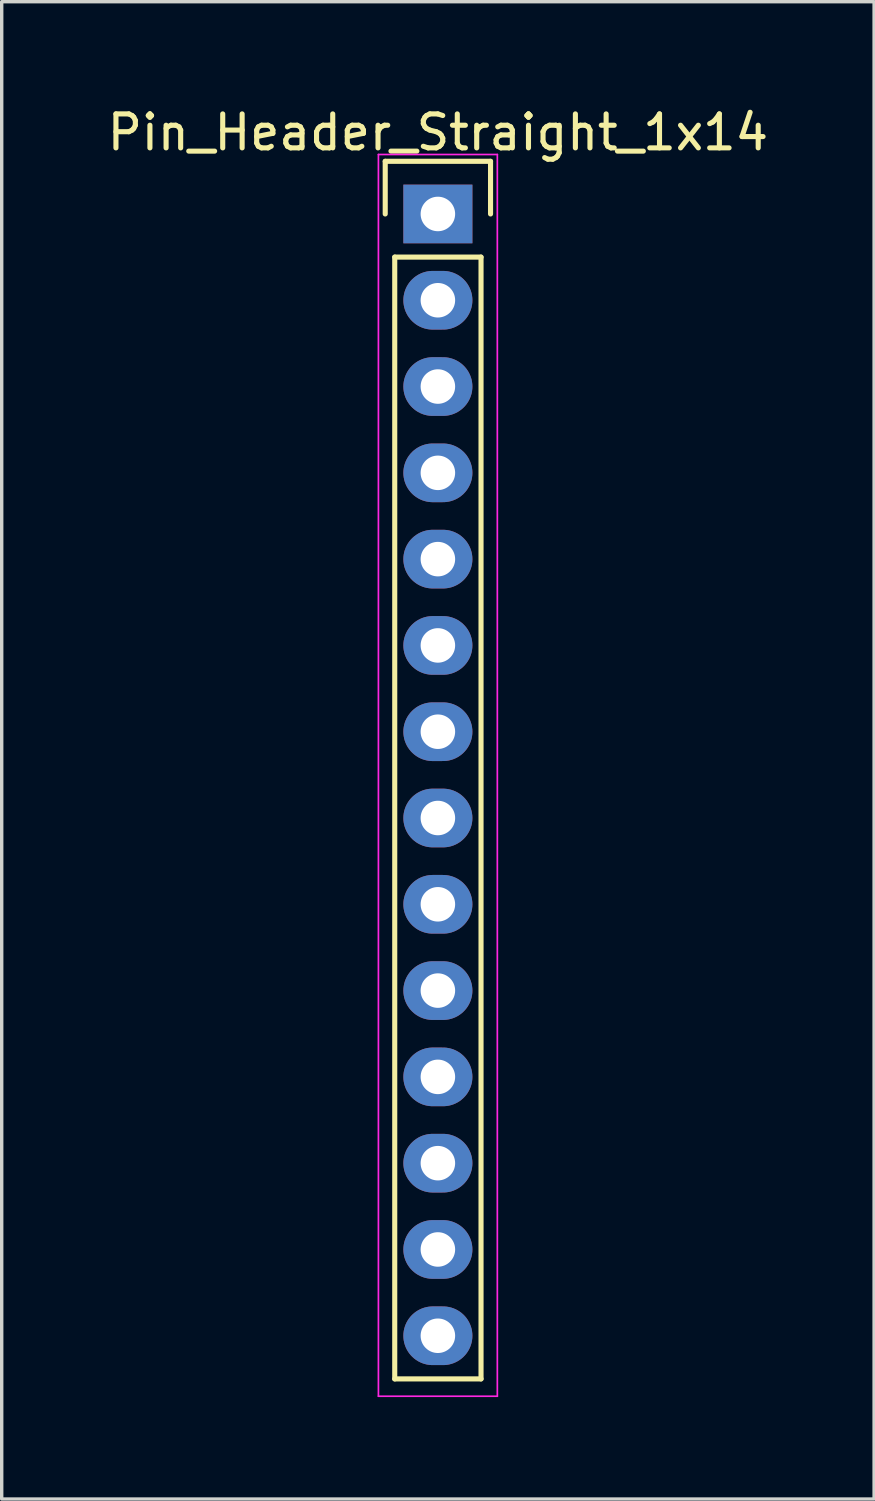
<source format=kicad_pcb>
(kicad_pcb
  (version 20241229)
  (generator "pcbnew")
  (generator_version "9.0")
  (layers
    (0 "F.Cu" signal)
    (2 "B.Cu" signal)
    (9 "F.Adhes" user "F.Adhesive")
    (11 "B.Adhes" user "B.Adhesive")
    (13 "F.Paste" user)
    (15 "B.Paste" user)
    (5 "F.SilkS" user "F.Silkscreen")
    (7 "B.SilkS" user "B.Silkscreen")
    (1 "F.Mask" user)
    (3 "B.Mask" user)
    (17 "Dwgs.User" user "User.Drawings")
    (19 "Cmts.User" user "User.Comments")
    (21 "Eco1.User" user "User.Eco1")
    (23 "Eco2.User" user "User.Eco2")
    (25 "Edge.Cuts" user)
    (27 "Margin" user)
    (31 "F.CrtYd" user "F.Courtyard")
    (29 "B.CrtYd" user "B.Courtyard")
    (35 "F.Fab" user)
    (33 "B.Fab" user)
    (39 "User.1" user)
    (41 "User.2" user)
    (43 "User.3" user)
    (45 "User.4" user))
  (footprint "Pin_Header_Straight_1x14"
    (layer "F.Cu")
    (at 9.839 3.248)
    (property "Reference" "Pin_Header_Straight_1x14" (at 0 -2.4 0) (layer "F.SilkS") (effects (font (size 1 1) (thickness 0.15))))
    (attr through_hole)
    (fp_line (start -1.55 -1.55) (end 1.55 -1.55) (stroke (width 0.15) (type solid)) (layer "F.SilkS"))
    (fp_line (start -1.55 0) (end -1.55 -1.55) (stroke (width 0.15) (type solid)) (layer "F.SilkS"))
    (fp_line (start -1.27 1.27) (end -1.27 34.29) (stroke (width 0.15) (type solid)) (layer "F.SilkS"))
    (fp_line (start -1.27 34.29) (end 1.27 34.29) (stroke (width 0.15) (type solid)) (layer "F.SilkS"))
    (fp_line (start 1.27 1.27) (end -1.27 1.27) (stroke (width 0.15) (type solid)) (layer "F.SilkS"))
    (fp_line (start 1.27 34.29) (end 1.27 1.27) (stroke (width 0.15) (type solid)) (layer "F.SilkS"))
    (fp_line (start 1.55 -1.55) (end 1.55 0) (stroke (width 0.15) (type solid)) (layer "F.SilkS"))
    (fp_line (start -1.75 -1.75) (end -1.75 34.8) (stroke (width 0.05) (type solid)) (layer "F.CrtYd"))
    (fp_line (start -1.75 -1.75) (end 1.75 -1.75) (stroke (width 0.05) (type solid)) (layer "F.CrtYd"))
    (fp_line (start -1.75 34.8) (end 1.75 34.8) (stroke (width 0.05) (type solid)) (layer "F.CrtYd"))
    (fp_line (start 1.75 -1.75) (end 1.75 34.8) (stroke (width 0.05) (type solid)) (layer "F.CrtYd"))
    (pad "1" thru_hole rect (at 0 0) (size 2.032 1.727) (drill 1.016) (layers "*.Cu" "*.Mask"))
    (pad "2" thru_hole oval (at 0 2.54) (size 2.032 1.727) (drill 1.016) (layers "*.Cu" "*.Mask"))
    (pad "3" thru_hole oval (at 0 5.08) (size 2.032 1.727) (drill 1.016) (layers "*.Cu" "*.Mask"))
    (pad "4" thru_hole oval (at 0 7.62) (size 2.032 1.727) (drill 1.016) (layers "*.Cu" "*.Mask"))
    (pad "5" thru_hole oval (at 0 10.16) (size 2.032 1.727) (drill 1.016) (layers "*.Cu" "*.Mask"))
    (pad "6" thru_hole oval (at 0 12.7) (size 2.032 1.727) (drill 1.016) (layers "*.Cu" "*.Mask"))
    (pad "7" thru_hole oval (at 0 15.24) (size 2.032 1.727) (drill 1.016) (layers "*.Cu" "*.Mask"))
    (pad "8" thru_hole oval (at 0 17.78) (size 2.032 1.727) (drill 1.016) (layers "*.Cu" "*.Mask"))
    (pad "9" thru_hole oval (at 0 20.32) (size 2.032 1.727) (drill 1.016) (layers "*.Cu" "*.Mask"))
    (pad "10" thru_hole oval (at 0 22.86) (size 2.032 1.727) (drill 1.016) (layers "*.Cu" "*.Mask"))
    (pad "11" thru_hole oval (at 0 25.4) (size 2.032 1.727) (drill 1.016) (layers "*.Cu" "*.Mask"))
    (pad "12" thru_hole oval (at 0 27.94) (size 2.032 1.727) (drill 1.016) (layers "*.Cu" "*.Mask"))
    (pad "13" thru_hole oval (at 0 30.48) (size 2.032 1.727) (drill 1.016) (layers "*.Cu" "*.Mask"))
    (pad "14" thru_hole oval (at 0 33.02) (size 2.032 1.727) (drill 1.016) (layers "*.Cu" "*.Mask")))
  (gr_rect
    (start -3 -3)
    (end 22.679 41.073)
    (stroke (width 0.1) (type default))
    (fill no)
    (layer "Edge.Cuts")))
</source>
